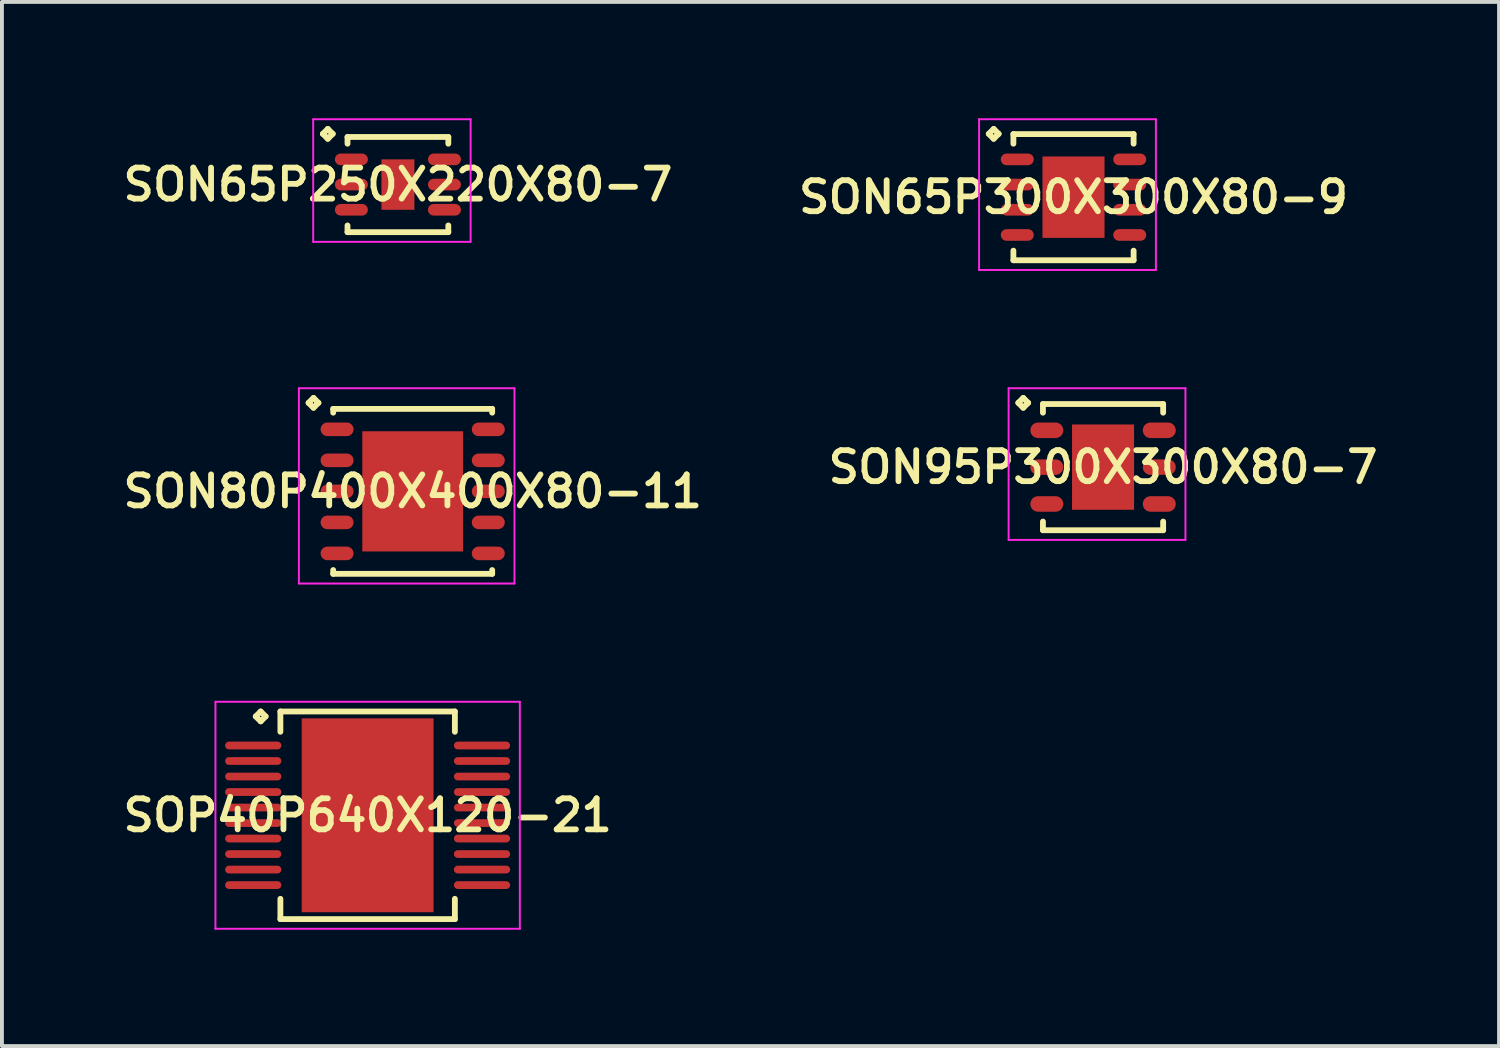
<source format=kicad_pcb>
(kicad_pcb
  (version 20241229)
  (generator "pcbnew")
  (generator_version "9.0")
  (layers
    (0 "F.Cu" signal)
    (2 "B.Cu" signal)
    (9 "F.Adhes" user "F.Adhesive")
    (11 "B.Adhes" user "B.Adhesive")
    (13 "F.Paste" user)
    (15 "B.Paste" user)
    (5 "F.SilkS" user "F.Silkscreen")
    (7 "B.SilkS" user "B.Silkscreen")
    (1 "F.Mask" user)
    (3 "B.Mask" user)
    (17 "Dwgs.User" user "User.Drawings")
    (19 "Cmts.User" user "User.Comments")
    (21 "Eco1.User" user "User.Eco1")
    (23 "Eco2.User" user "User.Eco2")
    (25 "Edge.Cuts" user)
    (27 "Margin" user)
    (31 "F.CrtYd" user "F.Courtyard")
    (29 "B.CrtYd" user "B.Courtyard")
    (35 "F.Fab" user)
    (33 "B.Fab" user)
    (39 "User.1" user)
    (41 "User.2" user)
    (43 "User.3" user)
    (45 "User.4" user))
  (footprint "SOP40P640X120-21"
    (layer "F.Cu")
    (at 6.431 17.976)
    (property "Reference" "SOP40P640X120-21" (at 0 0 0) (layer "F.SilkS") (effects (font (size 0.8 0.8) (thickness 0.15))))
    (attr smd)
    (fp_line (start -2.885 -2.55) (end -2.758 -2.677) (stroke (width 0.15) (type solid)) (layer "F.SilkS"))
    (fp_line (start -2.758 -2.677) (end -2.631 -2.55) (stroke (width 0.15) (type solid)) (layer "F.SilkS"))
    (fp_line (start -2.758 -2.423) (end -2.885 -2.55) (stroke (width 0.15) (type solid)) (layer "F.SilkS"))
    (fp_line (start -2.631 -2.55) (end -2.758 -2.423) (stroke (width 0.15) (type solid)) (layer "F.SilkS"))
    (fp_line (start -2.25 -2.677) (end 2.25 -2.677) (stroke (width 0.15) (type solid)) (layer "F.SilkS"))
    (fp_line (start -2.25 -2.154) (end -2.25 -2.677) (stroke (width 0.15) (type solid)) (layer "F.SilkS"))
    (fp_line (start -2.25 2.154) (end -2.25 2.677) (stroke (width 0.15) (type solid)) (layer "F.SilkS"))
    (fp_line (start -2.25 2.677) (end 2.25 2.677) (stroke (width 0.15) (type solid)) (layer "F.SilkS"))
    (fp_line (start 2.25 -2.677) (end 2.25 -2.154) (stroke (width 0.15) (type solid)) (layer "F.SilkS"))
    (fp_line (start 2.25 2.677) (end 2.25 2.154) (stroke (width 0.15) (type solid)) (layer "F.SilkS"))
    (fp_line (start -3.925 -2.927) (end 3.925 -2.927) (stroke (width 0.05) (type solid)) (layer "F.CrtYd"))
    (fp_line (start -3.925 2.927) (end -3.925 -2.927) (stroke (width 0.05) (type solid)) (layer "F.CrtYd"))
    (fp_line (start 3.925 -2.927) (end 3.925 2.927) (stroke (width 0.05) (type solid)) (layer "F.CrtYd"))
    (fp_line (start 3.925 2.927) (end -3.925 2.927) (stroke (width 0.05) (type solid)) (layer "F.CrtYd"))
    (pad "1" smd oval (at -2.95 -1.8) (size 1.45 0.2) (layers "F.Cu" "F.Mask" "F.Paste"))
    (pad "2" smd oval (at -2.95 -1.4) (size 1.45 0.2) (layers "F.Cu" "F.Mask" "F.Paste"))
    (pad "3" smd oval (at -2.95 -1) (size 1.45 0.2) (layers "F.Cu" "F.Mask" "F.Paste"))
    (pad "4" smd oval (at -2.95 -0.6) (size 1.45 0.2) (layers "F.Cu" "F.Mask" "F.Paste"))
    (pad "5" smd oval (at -2.95 -0.2) (size 1.45 0.2) (layers "F.Cu" "F.Mask" "F.Paste"))
    (pad "6" smd oval (at -2.95 0.2) (size 1.45 0.2) (layers "F.Cu" "F.Mask" "F.Paste"))
    (pad "7" smd oval (at -2.95 0.6) (size 1.45 0.2) (layers "F.Cu" "F.Mask" "F.Paste"))
    (pad "8" smd oval (at -2.95 1) (size 1.45 0.2) (layers "F.Cu" "F.Mask" "F.Paste"))
    (pad "9" smd oval (at -2.95 1.4) (size 1.45 0.2) (layers "F.Cu" "F.Mask" "F.Paste"))
    (pad "10" smd oval (at -2.95 1.8) (size 1.45 0.2) (layers "F.Cu" "F.Mask" "F.Paste"))
    (pad "11" smd oval (at 2.95 1.8) (size 1.45 0.2) (layers "F.Cu" "F.Mask" "F.Paste"))
    (pad "12" smd oval (at 2.95 1.4) (size 1.45 0.2) (layers "F.Cu" "F.Mask" "F.Paste"))
    (pad "13" smd oval (at 2.95 1) (size 1.45 0.2) (layers "F.Cu" "F.Mask" "F.Paste"))
    (pad "14" smd oval (at 2.95 0.6) (size 1.45 0.2) (layers "F.Cu" "F.Mask" "F.Paste"))
    (pad "15" smd oval (at 2.95 0.2) (size 1.45 0.2) (layers "F.Cu" "F.Mask" "F.Paste"))
    (pad "16" smd oval (at 2.95 -0.2) (size 1.45 0.2) (layers "F.Cu" "F.Mask" "F.Paste"))
    (pad "17" smd oval (at 2.95 -0.6) (size 1.45 0.2) (layers "F.Cu" "F.Mask" "F.Paste"))
    (pad "18" smd oval (at 2.95 -1) (size 1.45 0.2) (layers "F.Cu" "F.Mask" "F.Paste"))
    (pad "19" smd oval (at 2.95 -1.4) (size 1.45 0.2) (layers "F.Cu" "F.Mask" "F.Paste"))
    (pad "20" smd oval (at 2.95 -1.8) (size 1.45 0.2) (layers "F.Cu" "F.Mask" "F.Paste"))
    (pad "21" smd rect (at 0 0) (size 3.4 5) (layers "F.Cu" "F.Mask" "F.Paste")))
  (footprint "SON65P250X220X80-7"
    (layer "F.Cu")
    (at 7.212 1.71)
    (property "Reference" "SON65P250X220X80-7" (at 0 0 0) (layer "F.SilkS") (effects (font (size 0.8 0.8) (thickness 0.15))))
    (attr smd)
    (fp_line (start -1.935 -1.308) (end -1.808 -1.435) (stroke (width 0.15) (type solid)) (layer "F.SilkS"))
    (fp_line (start -1.808 -1.435) (end -1.681 -1.308) (stroke (width 0.15) (type solid)) (layer "F.SilkS"))
    (fp_line (start -1.808 -1.181) (end -1.935 -1.308) (stroke (width 0.15) (type solid)) (layer "F.SilkS"))
    (fp_line (start -1.681 -1.308) (end -1.808 -1.181) (stroke (width 0.15) (type solid)) (layer "F.SilkS"))
    (fp_line (start -1.3 -1.227) (end 1.3 -1.227) (stroke (width 0.15) (type solid)) (layer "F.SilkS"))
    (fp_line (start -1.3 -1.054) (end -1.3 -1.227) (stroke (width 0.15) (type solid)) (layer "F.SilkS"))
    (fp_line (start -1.3 1.054) (end -1.3 1.227) (stroke (width 0.15) (type solid)) (layer "F.SilkS"))
    (fp_line (start -1.3 1.227) (end 1.3 1.227) (stroke (width 0.15) (type solid)) (layer "F.SilkS"))
    (fp_line (start 1.3 -1.227) (end 1.3 -1.054) (stroke (width 0.15) (type solid)) (layer "F.SilkS"))
    (fp_line (start 1.3 1.227) (end 1.3 1.054) (stroke (width 0.15) (type solid)) (layer "F.SilkS"))
    (fp_line (start -2.185 -1.685) (end 1.875 -1.685) (stroke (width 0.05) (type solid)) (layer "F.CrtYd"))
    (fp_line (start -2.185 1.477) (end -2.185 -1.685) (stroke (width 0.05) (type solid)) (layer "F.CrtYd"))
    (fp_line (start 1.875 -1.685) (end 1.875 1.477) (stroke (width 0.05) (type solid)) (layer "F.CrtYd"))
    (fp_line (start 1.875 1.477) (end -2.185 1.477) (stroke (width 0.05) (type solid)) (layer "F.CrtYd"))
    (pad "1" smd oval (at -1.2 -0.65) (size 0.85 0.3) (layers "F.Cu" "F.Mask" "F.Paste"))
    (pad "2" smd oval (at -1.2 0) (size 0.85 0.3) (layers "F.Cu" "F.Mask" "F.Paste"))
    (pad "3" smd oval (at -1.2 0.65) (size 0.85 0.3) (layers "F.Cu" "F.Mask" "F.Paste"))
    (pad "4" smd oval (at 1.2 0.65) (size 0.85 0.3) (layers "F.Cu" "F.Mask" "F.Paste"))
    (pad "5" smd oval (at 1.2 0) (size 0.85 0.3) (layers "F.Cu" "F.Mask" "F.Paste"))
    (pad "6" smd oval (at 1.2 -0.65) (size 0.85 0.3) (layers "F.Cu" "F.Mask" "F.Paste"))
    (pad "7" smd rect (at 0 0) (size 0.85 1.3) (layers "F.Cu" "F.Mask" "F.Paste")))
  (footprint "SON65P300X300X80-9"
    (layer "F.Cu")
    (at 24.635 2.035)
    (property "Reference" "SON65P300X300X80-9" (at 0 0 0) (layer "F.SilkS") (effects (font (size 0.8 0.8) (thickness 0.15))))
    (attr smd)
    (fp_line (start -2.185 -1.633) (end -2.058 -1.76) (stroke (width 0.15) (type solid)) (layer "F.SilkS"))
    (fp_line (start -2.058 -1.76) (end -1.931 -1.633) (stroke (width 0.15) (type solid)) (layer "F.SilkS"))
    (fp_line (start -2.058 -1.506) (end -2.185 -1.633) (stroke (width 0.15) (type solid)) (layer "F.SilkS"))
    (fp_line (start -1.931 -1.633) (end -2.058 -1.506) (stroke (width 0.15) (type solid)) (layer "F.SilkS"))
    (fp_line (start -1.55 -1.627) (end 1.55 -1.627) (stroke (width 0.15) (type solid)) (layer "F.SilkS"))
    (fp_line (start -1.55 -1.379) (end -1.55 -1.627) (stroke (width 0.15) (type solid)) (layer "F.SilkS"))
    (fp_line (start -1.55 1.379) (end -1.55 1.627) (stroke (width 0.15) (type solid)) (layer "F.SilkS"))
    (fp_line (start -1.55 1.627) (end 1.55 1.627) (stroke (width 0.15) (type solid)) (layer "F.SilkS"))
    (fp_line (start 1.55 -1.627) (end 1.55 -1.379) (stroke (width 0.15) (type solid)) (layer "F.SilkS"))
    (fp_line (start 1.55 1.627) (end 1.55 1.379) (stroke (width 0.15) (type solid)) (layer "F.SilkS"))
    (fp_line (start -2.435 -2.01) (end 2.125 -2.01) (stroke (width 0.05) (type solid)) (layer "F.CrtYd"))
    (fp_line (start -2.435 1.877) (end -2.435 -2.01) (stroke (width 0.05) (type solid)) (layer "F.CrtYd"))
    (fp_line (start 2.125 -2.01) (end 2.125 1.877) (stroke (width 0.05) (type solid)) (layer "F.CrtYd"))
    (fp_line (start 2.125 1.877) (end -2.435 1.877) (stroke (width 0.05) (type solid)) (layer "F.CrtYd"))
    (pad "1" smd oval (at -1.45 -0.975) (size 0.85 0.3) (layers "F.Cu" "F.Mask" "F.Paste"))
    (pad "2" smd oval (at -1.45 -0.325) (size 0.85 0.3) (layers "F.Cu" "F.Mask" "F.Paste"))
    (pad "3" smd oval (at -1.45 0.325) (size 0.85 0.3) (layers "F.Cu" "F.Mask" "F.Paste"))
    (pad "4" smd oval (at -1.45 0.975) (size 0.85 0.3) (layers "F.Cu" "F.Mask" "F.Paste"))
    (pad "5" smd oval (at 1.45 0.975) (size 0.85 0.3) (layers "F.Cu" "F.Mask" "F.Paste"))
    (pad "6" smd oval (at 1.45 0.325) (size 0.85 0.3) (layers "F.Cu" "F.Mask" "F.Paste"))
    (pad "7" smd oval (at 1.45 -0.325) (size 0.85 0.3) (layers "F.Cu" "F.Mask" "F.Paste"))
    (pad "8" smd oval (at 1.45 -0.975) (size 0.85 0.3) (layers "F.Cu" "F.Mask" "F.Paste"))
    (pad "9" smd rect (at 0 0) (size 1.6 2.1) (layers "F.Cu" "F.Mask" "F.Paste")))
  (footprint "SON95P300X300X80-7"
    (layer "F.Cu")
    (at 25.397 8.997)
    (property "Reference" "SON95P300X300X80-7" (at 0 0 0) (layer "F.SilkS") (effects (font (size 0.8 0.8) (thickness 0.15))))
    (attr smd)
    (fp_line (start -2.185 -1.658) (end -2.058 -1.785) (stroke (width 0.15) (type solid)) (layer "F.SilkS"))
    (fp_line (start -2.058 -1.785) (end -1.931 -1.658) (stroke (width 0.15) (type solid)) (layer "F.SilkS"))
    (fp_line (start -2.058 -1.531) (end -2.185 -1.658) (stroke (width 0.15) (type solid)) (layer "F.SilkS"))
    (fp_line (start -1.931 -1.658) (end -2.058 -1.531) (stroke (width 0.15) (type solid)) (layer "F.SilkS"))
    (fp_line (start -1.55 -1.627) (end 1.55 -1.627) (stroke (width 0.15) (type solid)) (layer "F.SilkS"))
    (fp_line (start -1.55 -1.404) (end -1.55 -1.627) (stroke (width 0.15) (type solid)) (layer "F.SilkS"))
    (fp_line (start -1.55 1.404) (end -1.55 1.627) (stroke (width 0.15) (type solid)) (layer "F.SilkS"))
    (fp_line (start -1.55 1.627) (end 1.55 1.627) (stroke (width 0.15) (type solid)) (layer "F.SilkS"))
    (fp_line (start 1.55 -1.627) (end 1.55 -1.404) (stroke (width 0.15) (type solid)) (layer "F.SilkS"))
    (fp_line (start 1.55 1.627) (end 1.55 1.404) (stroke (width 0.15) (type solid)) (layer "F.SilkS"))
    (fp_line (start -2.435 -2.035) (end 2.125 -2.035) (stroke (width 0.05) (type solid)) (layer "F.CrtYd"))
    (fp_line (start -2.435 1.877) (end -2.435 -2.035) (stroke (width 0.05) (type solid)) (layer "F.CrtYd"))
    (fp_line (start 2.125 -2.035) (end 2.125 1.877) (stroke (width 0.05) (type solid)) (layer "F.CrtYd"))
    (fp_line (start 2.125 1.877) (end -2.435 1.877) (stroke (width 0.05) (type solid)) (layer "F.CrtYd"))
    (pad "1" smd oval (at -1.45 -0.95) (size 0.85 0.4) (layers "F.Cu" "F.Mask" "F.Paste"))
    (pad "2" smd oval (at -1.45 0) (size 0.85 0.4) (layers "F.Cu" "F.Mask" "F.Paste"))
    (pad "3" smd oval (at -1.45 0.95) (size 0.85 0.4) (layers "F.Cu" "F.Mask" "F.Paste"))
    (pad "4" smd oval (at 1.45 0.95) (size 0.85 0.4) (layers "F.Cu" "F.Mask" "F.Paste"))
    (pad "5" smd oval (at 1.45 0) (size 0.85 0.4) (layers "F.Cu" "F.Mask" "F.Paste"))
    (pad "6" smd oval (at 1.45 -0.95) (size 0.85 0.4) (layers "F.Cu" "F.Mask" "F.Paste"))
    (pad "7" smd rect (at 0 0) (size 1.6 2.2) (layers "F.Cu" "F.Mask" "F.Paste")))
  (footprint "SON80P400X400X80-11"
    (layer "F.Cu")
    (at 7.593 9.622)
    (property "Reference" "SON80P400X400X80-11" (at 0 0 0) (layer "F.SilkS") (effects (font (size 0.8 0.8) (thickness 0.15))))
    (attr smd)
    (fp_line (start -2.685 -2.283) (end -2.558 -2.41) (stroke (width 0.15) (type solid)) (layer "F.SilkS"))
    (fp_line (start -2.558 -2.41) (end -2.431 -2.283) (stroke (width 0.15) (type solid)) (layer "F.SilkS"))
    (fp_line (start -2.558 -2.156) (end -2.685 -2.283) (stroke (width 0.15) (type solid)) (layer "F.SilkS"))
    (fp_line (start -2.431 -2.283) (end -2.558 -2.156) (stroke (width 0.15) (type solid)) (layer "F.SilkS"))
    (fp_line (start -2.05 -2.127) (end 2.05 -2.127) (stroke (width 0.15) (type solid)) (layer "F.SilkS"))
    (fp_line (start -2.05 -2.029) (end -2.05 -2.127) (stroke (width 0.15) (type solid)) (layer "F.SilkS"))
    (fp_line (start -2.05 2.029) (end -2.05 2.127) (stroke (width 0.15) (type solid)) (layer "F.SilkS"))
    (fp_line (start -2.05 2.127) (end 2.05 2.127) (stroke (width 0.15) (type solid)) (layer "F.SilkS"))
    (fp_line (start 2.05 -2.127) (end 2.05 -2.029) (stroke (width 0.15) (type solid)) (layer "F.SilkS"))
    (fp_line (start 2.05 2.127) (end 2.05 2.029) (stroke (width 0.15) (type solid)) (layer "F.SilkS"))
    (fp_line (start -2.935 -2.66) (end 2.625 -2.66) (stroke (width 0.05) (type solid)) (layer "F.CrtYd"))
    (fp_line (start -2.935 2.377) (end -2.935 -2.66) (stroke (width 0.05) (type solid)) (layer "F.CrtYd"))
    (fp_line (start 2.625 -2.66) (end 2.625 2.377) (stroke (width 0.05) (type solid)) (layer "F.CrtYd"))
    (fp_line (start 2.625 2.377) (end -2.935 2.377) (stroke (width 0.05) (type solid)) (layer "F.CrtYd"))
    (pad "1" smd oval (at -1.95 -1.6) (size 0.85 0.35) (layers "F.Cu" "F.Mask" "F.Paste"))
    (pad "2" smd oval (at -1.95 -0.8) (size 0.85 0.35) (layers "F.Cu" "F.Mask" "F.Paste"))
    (pad "3" smd oval (at -1.95 0) (size 0.85 0.35) (layers "F.Cu" "F.Mask" "F.Paste"))
    (pad "4" smd oval (at -1.95 0.8) (size 0.85 0.35) (layers "F.Cu" "F.Mask" "F.Paste"))
    (pad "5" smd oval (at -1.95 1.6) (size 0.85 0.35) (layers "F.Cu" "F.Mask" "F.Paste"))
    (pad "6" smd oval (at 1.95 1.6) (size 0.85 0.35) (layers "F.Cu" "F.Mask" "F.Paste"))
    (pad "7" smd oval (at 1.95 0.8) (size 0.85 0.35) (layers "F.Cu" "F.Mask" "F.Paste"))
    (pad "8" smd oval (at 1.95 0) (size 0.85 0.35) (layers "F.Cu" "F.Mask" "F.Paste"))
    (pad "9" smd oval (at 1.95 -0.8) (size 0.85 0.35) (layers "F.Cu" "F.Mask" "F.Paste"))
    (pad "10" smd oval (at 1.95 -1.6) (size 0.85 0.35) (layers "F.Cu" "F.Mask" "F.Paste"))
    (pad "11" smd rect (at 0 0) (size 2.6 3.1) (layers "F.Cu" "F.Mask" "F.Paste")))
  (gr_rect
    (start -3 -3)
    (end 35.609 23.928)
    (stroke (width 0.1) (type default))
    (fill no)
    (layer "Edge.Cuts")))
</source>
